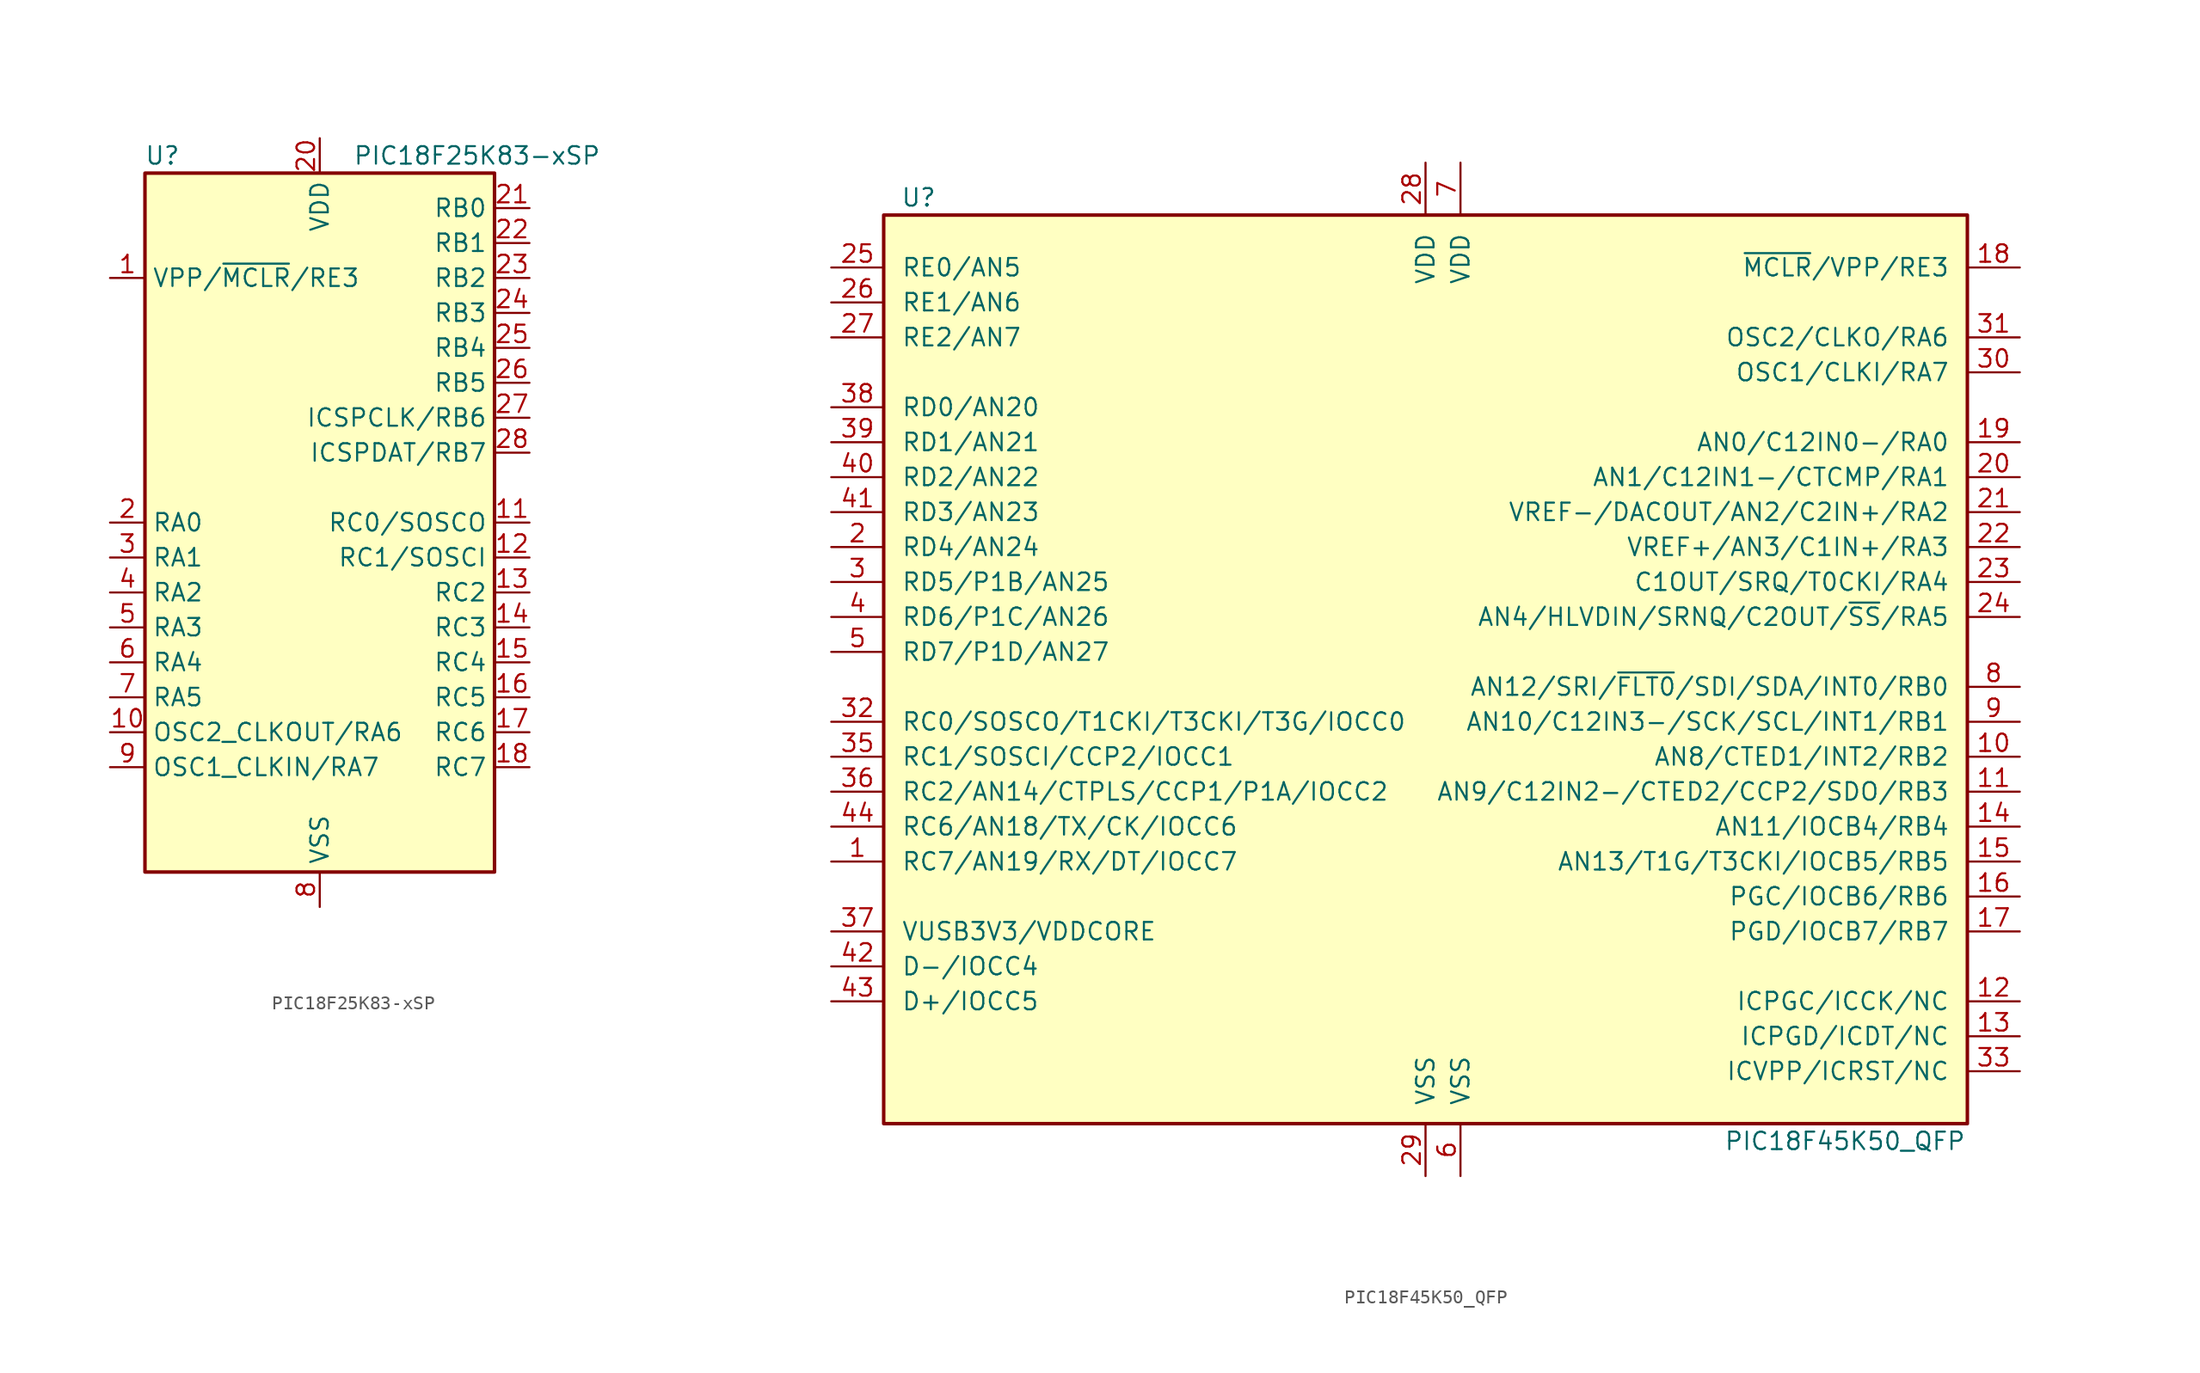
<source format=kicad_sym>
(kicad_symbol_lib
  (version 20201005)
  (generator kicad_symbol_editor)
  (symbol "PIC18F25K83-xSP"
    (property "Reference" "U"
      (at -11.43 26.67 0)
      (effects (font (size 1.27 1.27))))
    (property "Value" "PIC18F25K83-xSP"
      (at 11.43 26.67 0)
      (effects (font (size 1.27 1.27))))
    (symbol "PIC18F25K83-xSP_0_1"
      (rectangle (start -12.7 -25.4) (end 12.7 25.4) (stroke (width 0.254)) (fill (type background))))
    (symbol "PIC18F25K83-xSP_1_1"
      (pin input line (at -15.24 17.78 0) (length 2.54) (name "VPP/~MCLR~/RE3" (effects (font (size 1.27 1.27)))) (number "1" (effects (font (size 1.27 1.27)))))
      (pin bidirectional line (at -15.24 -15.24 0) (length 2.54) (name "OSC2_CLKOUT/RA6" (effects (font (size 1.27 1.27)))) (number "10" (effects (font (size 1.27 1.27)))))
      (pin bidirectional line (at 15.24 0 180) (length 2.54) (name "RC0/SOSCO" (effects (font (size 1.27 1.27)))) (number "11" (effects (font (size 1.27 1.27)))))
      (pin bidirectional line (at 15.24 -2.54 180) (length 2.54) (name "RC1/SOSCI" (effects (font (size 1.27 1.27)))) (number "12" (effects (font (size 1.27 1.27)))))
      (pin bidirectional line (at 15.24 -5.08 180) (length 2.54) (name "RC2" (effects (font (size 1.27 1.27)))) (number "13" (effects (font (size 1.27 1.27)))))
      (pin bidirectional line (at 15.24 -7.62 180) (length 2.54) (name "RC3" (effects (font (size 1.27 1.27)))) (number "14" (effects (font (size 1.27 1.27)))))
      (pin bidirectional line (at 15.24 -10.16 180) (length 2.54) (name "RC4" (effects (font (size 1.27 1.27)))) (number "15" (effects (font (size 1.27 1.27)))))
      (pin bidirectional line (at 15.24 -12.7 180) (length 2.54) (name "RC5" (effects (font (size 1.27 1.27)))) (number "16" (effects (font (size 1.27 1.27)))))
      (pin bidirectional line (at 15.24 -15.24 180) (length 2.54) (name "RC6" (effects (font (size 1.27 1.27)))) (number "17" (effects (font (size 1.27 1.27)))))
      (pin bidirectional line (at 15.24 -17.78 180) (length 2.54) (name "RC7" (effects (font (size 1.27 1.27)))) (number "18" (effects (font (size 1.27 1.27)))))
      (pin passive line (at 0 -27.94 90) (length 2.54) hide (name "VSS" (effects (font (size 1.27 1.27)))) (number "19" (effects (font (size 1.27 1.27)))))
      (pin bidirectional line (at -15.24 0 0) (length 2.54) (name "RA0" (effects (font (size 1.27 1.27)))) (number "2" (effects (font (size 1.27 1.27)))))
      (pin power_in line (at 0 27.94 270) (length 2.54) (name "VDD" (effects (font (size 1.27 1.27)))) (number "20" (effects (font (size 1.27 1.27)))))
      (pin bidirectional line (at 15.24 22.86 180) (length 2.54) (name "RB0" (effects (font (size 1.27 1.27)))) (number "21" (effects (font (size 1.27 1.27)))))
      (pin bidirectional line (at 15.24 20.32 180) (length 2.54) (name "RB1" (effects (font (size 1.27 1.27)))) (number "22" (effects (font (size 1.27 1.27)))))
      (pin bidirectional line (at 15.24 17.78 180) (length 2.54) (name "RB2" (effects (font (size 1.27 1.27)))) (number "23" (effects (font (size 1.27 1.27)))))
      (pin bidirectional line (at 15.24 15.24 180) (length 2.54) (name "RB3" (effects (font (size 1.27 1.27)))) (number "24" (effects (font (size 1.27 1.27)))))
      (pin bidirectional line (at 15.24 12.7 180) (length 2.54) (name "RB4" (effects (font (size 1.27 1.27)))) (number "25" (effects (font (size 1.27 1.27)))))
      (pin bidirectional line (at 15.24 10.16 180) (length 2.54) (name "RB5" (effects (font (size 1.27 1.27)))) (number "26" (effects (font (size 1.27 1.27)))))
      (pin bidirectional line (at 15.24 7.62 180) (length 2.54) (name "ICSPCLK/RB6" (effects (font (size 1.27 1.27)))) (number "27" (effects (font (size 1.27 1.27)))))
      (pin bidirectional line (at 15.24 5.08 180) (length 2.54) (name "ICSPDAT/RB7" (effects (font (size 1.27 1.27)))) (number "28" (effects (font (size 1.27 1.27)))))
      (pin bidirectional line (at -15.24 -2.54 0) (length 2.54) (name "RA1" (effects (font (size 1.27 1.27)))) (number "3" (effects (font (size 1.27 1.27)))))
      (pin bidirectional line (at -15.24 -5.08 0) (length 2.54) (name "RA2" (effects (font (size 1.27 1.27)))) (number "4" (effects (font (size 1.27 1.27)))))
      (pin bidirectional line (at -15.24 -7.62 0) (length 2.54) (name "RA3" (effects (font (size 1.27 1.27)))) (number "5" (effects (font (size 1.27 1.27)))))
      (pin bidirectional line (at -15.24 -10.16 0) (length 2.54) (name "RA4" (effects (font (size 1.27 1.27)))) (number "6" (effects (font (size 1.27 1.27)))))
      (pin bidirectional line (at -15.24 -12.7 0) (length 2.54) (name "RA5" (effects (font (size 1.27 1.27)))) (number "7" (effects (font (size 1.27 1.27)))))
      (pin power_in line (at 0 -27.94 90) (length 2.54) (name "VSS" (effects (font (size 1.27 1.27)))) (number "8" (effects (font (size 1.27 1.27)))))
      (pin bidirectional line (at -15.24 -17.78 0) (length 2.54) (name "OSC1_CLKIN/RA7" (effects (font (size 1.27 1.27)))) (number "9" (effects (font (size 1.27 1.27)))))))
  (symbol "PIC18F45K50_QFP"
    (pin_names
      (offset 1.27))
    (property "Reference" "U"
      (at -36.83 33.02 0)
      (effects (font (size 1.27 1.27))))
    (property "Value" "PIC18F45K50_QFP"
      (at 30.48 -35.56 0)
      (effects (font (size 1.27 1.27))))
    (symbol "PIC18F45K50_QFP_0_1"
      (rectangle (start -39.37 31.75) (end 39.37 -34.29) (stroke (width 0.254)) (fill (type background))))
    (symbol "PIC18F45K50_QFP_1_1"
      (pin bidirectional line (at -43.18 -15.24 0) (length 3.81) (name "RC7/AN19/RX/DT/IOCC7" (effects (font (size 1.27 1.27)))) (number "1" (effects (font (size 1.27 1.27)))))
      (pin bidirectional line (at 43.18 -7.62 180) (length 3.81) (name "AN8/CTED1/INT2/RB2" (effects (font (size 1.27 1.27)))) (number "10" (effects (font (size 1.27 1.27)))))
      (pin bidirectional line (at 43.18 -10.16 180) (length 3.81) (name "AN9/C12IN2-/CTED2/CCP2/SDO/RB3" (effects (font (size 1.27 1.27)))) (number "11" (effects (font (size 1.27 1.27)))))
      (pin bidirectional line (at 43.18 -25.4 180) (length 3.81) (name "ICPGC/ICCK/NC" (effects (font (size 1.27 1.27)))) (number "12" (effects (font (size 1.27 1.27)))))
      (pin bidirectional line (at 43.18 -27.94 180) (length 3.81) (name "ICPGD/ICDT/NC" (effects (font (size 1.27 1.27)))) (number "13" (effects (font (size 1.27 1.27)))))
      (pin bidirectional line (at 43.18 -12.7 180) (length 3.81) (name "AN11/IOCB4/RB4" (effects (font (size 1.27 1.27)))) (number "14" (effects (font (size 1.27 1.27)))))
      (pin bidirectional line (at 43.18 -15.24 180) (length 3.81) (name "AN13/T1G/T3CKI/IOCB5/RB5" (effects (font (size 1.27 1.27)))) (number "15" (effects (font (size 1.27 1.27)))))
      (pin bidirectional line (at 43.18 -17.78 180) (length 3.81) (name "PGC/IOCB6/RB6" (effects (font (size 1.27 1.27)))) (number "16" (effects (font (size 1.27 1.27)))))
      (pin bidirectional line (at 43.18 -20.32 180) (length 3.81) (name "PGD/IOCB7/RB7" (effects (font (size 1.27 1.27)))) (number "17" (effects (font (size 1.27 1.27)))))
      (pin input line (at 43.18 27.94 180) (length 3.81) (name "~MCLR~/VPP/RE3" (effects (font (size 1.27 1.27)))) (number "18" (effects (font (size 1.27 1.27)))))
      (pin bidirectional line (at 43.18 15.24 180) (length 3.81) (name "AN0/C12IN0-/RA0" (effects (font (size 1.27 1.27)))) (number "19" (effects (font (size 1.27 1.27)))))
      (pin bidirectional line (at -43.18 7.62 0) (length 3.81) (name "RD4/AN24" (effects (font (size 1.27 1.27)))) (number "2" (effects (font (size 1.27 1.27)))))
      (pin bidirectional line (at 43.18 12.7 180) (length 3.81) (name "AN1/C12IN1-/CTCMP/RA1" (effects (font (size 1.27 1.27)))) (number "20" (effects (font (size 1.27 1.27)))))
      (pin bidirectional line (at 43.18 10.16 180) (length 3.81) (name "VREF-/DACOUT/AN2/C2IN+/RA2" (effects (font (size 1.27 1.27)))) (number "21" (effects (font (size 1.27 1.27)))))
      (pin bidirectional line (at 43.18 7.62 180) (length 3.81) (name "VREF+/AN3/C1IN+/RA3" (effects (font (size 1.27 1.27)))) (number "22" (effects (font (size 1.27 1.27)))))
      (pin bidirectional line (at 43.18 5.08 180) (length 3.81) (name "C1OUT/SRQ/T0CKI/RA4" (effects (font (size 1.27 1.27)))) (number "23" (effects (font (size 1.27 1.27)))))
      (pin bidirectional line (at 43.18 2.54 180) (length 3.81) (name "AN4/HLVDIN/SRNQ/C2OUT/~SS~/RA5" (effects (font (size 1.27 1.27)))) (number "24" (effects (font (size 1.27 1.27)))))
      (pin bidirectional line (at -43.18 27.94 0) (length 3.81) (name "RE0/AN5" (effects (font (size 1.27 1.27)))) (number "25" (effects (font (size 1.27 1.27)))))
      (pin bidirectional line (at -43.18 25.4 0) (length 3.81) (name "RE1/AN6" (effects (font (size 1.27 1.27)))) (number "26" (effects (font (size 1.27 1.27)))))
      (pin bidirectional line (at -43.18 22.86 0) (length 3.81) (name "RE2/AN7" (effects (font (size 1.27 1.27)))) (number "27" (effects (font (size 1.27 1.27)))))
      (pin power_in line (at 0 35.56 270) (length 3.81) (name "VDD" (effects (font (size 1.27 1.27)))) (number "28" (effects (font (size 1.27 1.27)))))
      (pin power_in line (at 0 -38.1 90) (length 3.81) (name "VSS" (effects (font (size 1.27 1.27)))) (number "29" (effects (font (size 1.27 1.27)))))
      (pin bidirectional line (at -43.18 5.08 0) (length 3.81) (name "RD5/P1B/AN25" (effects (font (size 1.27 1.27)))) (number "3" (effects (font (size 1.27 1.27)))))
      (pin bidirectional line (at 43.18 20.32 180) (length 3.81) (name "OSC1/CLKI/RA7" (effects (font (size 1.27 1.27)))) (number "30" (effects (font (size 1.27 1.27)))))
      (pin bidirectional line (at 43.18 22.86 180) (length 3.81) (name "OSC2/CLKO/RA6" (effects (font (size 1.27 1.27)))) (number "31" (effects (font (size 1.27 1.27)))))
      (pin bidirectional line (at -43.18 -5.08 0) (length 3.81) (name "RC0/SOSCO/T1CKI/T3CKI/T3G/IOCC0" (effects (font (size 1.27 1.27)))) (number "32" (effects (font (size 1.27 1.27)))))
      (pin bidirectional line (at 43.18 -30.48 180) (length 3.81) (name "ICVPP/ICRST/NC" (effects (font (size 1.27 1.27)))) (number "33" (effects (font (size 1.27 1.27)))))
      (pin no_connect line (at -17.78 -38.1 90) (length 3.81) hide (name "NC" (effects (font (size 1.27 1.27)))) (number "34" (effects (font (size 1.27 1.27)))))
      (pin bidirectional line (at -43.18 -7.62 0) (length 3.81) (name "RC1/SOSCI/CCP2/IOCC1" (effects (font (size 1.27 1.27)))) (number "35" (effects (font (size 1.27 1.27)))))
      (pin bidirectional line (at -43.18 -10.16 0) (length 3.81) (name "RC2/AN14/CTPLS/CCP1/P1A/IOCC2" (effects (font (size 1.27 1.27)))) (number "36" (effects (font (size 1.27 1.27)))))
      (pin power_in line (at -43.18 -20.32 0) (length 3.81) (name "VUSB3V3/VDDCORE" (effects (font (size 1.27 1.27)))) (number "37" (effects (font (size 1.27 1.27)))))
      (pin bidirectional line (at -43.18 17.78 0) (length 3.81) (name "RD0/AN20" (effects (font (size 1.27 1.27)))) (number "38" (effects (font (size 1.27 1.27)))))
      (pin bidirectional line (at -43.18 15.24 0) (length 3.81) (name "RD1/AN21" (effects (font (size 1.27 1.27)))) (number "39" (effects (font (size 1.27 1.27)))))
      (pin bidirectional line (at -43.18 2.54 0) (length 3.81) (name "RD6/P1C/AN26" (effects (font (size 1.27 1.27)))) (number "4" (effects (font (size 1.27 1.27)))))
      (pin bidirectional line (at -43.18 12.7 0) (length 3.81) (name "RD2/AN22" (effects (font (size 1.27 1.27)))) (number "40" (effects (font (size 1.27 1.27)))))
      (pin bidirectional line (at -43.18 10.16 0) (length 3.81) (name "RD3/AN23" (effects (font (size 1.27 1.27)))) (number "41" (effects (font (size 1.27 1.27)))))
      (pin bidirectional line (at -43.18 -22.86 0) (length 3.81) (name "D-/IOCC4" (effects (font (size 1.27 1.27)))) (number "42" (effects (font (size 1.27 1.27)))))
      (pin bidirectional line (at -43.18 -25.4 0) (length 3.81) (name "D+/IOCC5" (effects (font (size 1.27 1.27)))) (number "43" (effects (font (size 1.27 1.27)))))
      (pin bidirectional line (at -43.18 -12.7 0) (length 3.81) (name "RC6/AN18/TX/CK/IOCC6" (effects (font (size 1.27 1.27)))) (number "44" (effects (font (size 1.27 1.27)))))
      (pin bidirectional line (at -43.18 0 0) (length 3.81) (name "RD7/P1D/AN27" (effects (font (size 1.27 1.27)))) (number "5" (effects (font (size 1.27 1.27)))))
      (pin power_in line (at 2.54 -38.1 90) (length 3.81) (name "VSS" (effects (font (size 1.27 1.27)))) (number "6" (effects (font (size 1.27 1.27)))))
      (pin power_in line (at 2.54 35.56 270) (length 3.81) (name "VDD" (effects (font (size 1.27 1.27)))) (number "7" (effects (font (size 1.27 1.27)))))
      (pin bidirectional line (at 43.18 -2.54 180) (length 3.81) (name "AN12/SRI/~FLT0~/SDI/SDA/INT0/RB0" (effects (font (size 1.27 1.27)))) (number "8" (effects (font (size 1.27 1.27)))))
      (pin bidirectional line (at 43.18 -5.08 180) (length 3.81) (name "AN10/C12IN3-/SCK/SCL/INT1/RB1" (effects (font (size 1.27 1.27)))) (number "9" (effects (font (size 1.27 1.27))))))))
</source>
